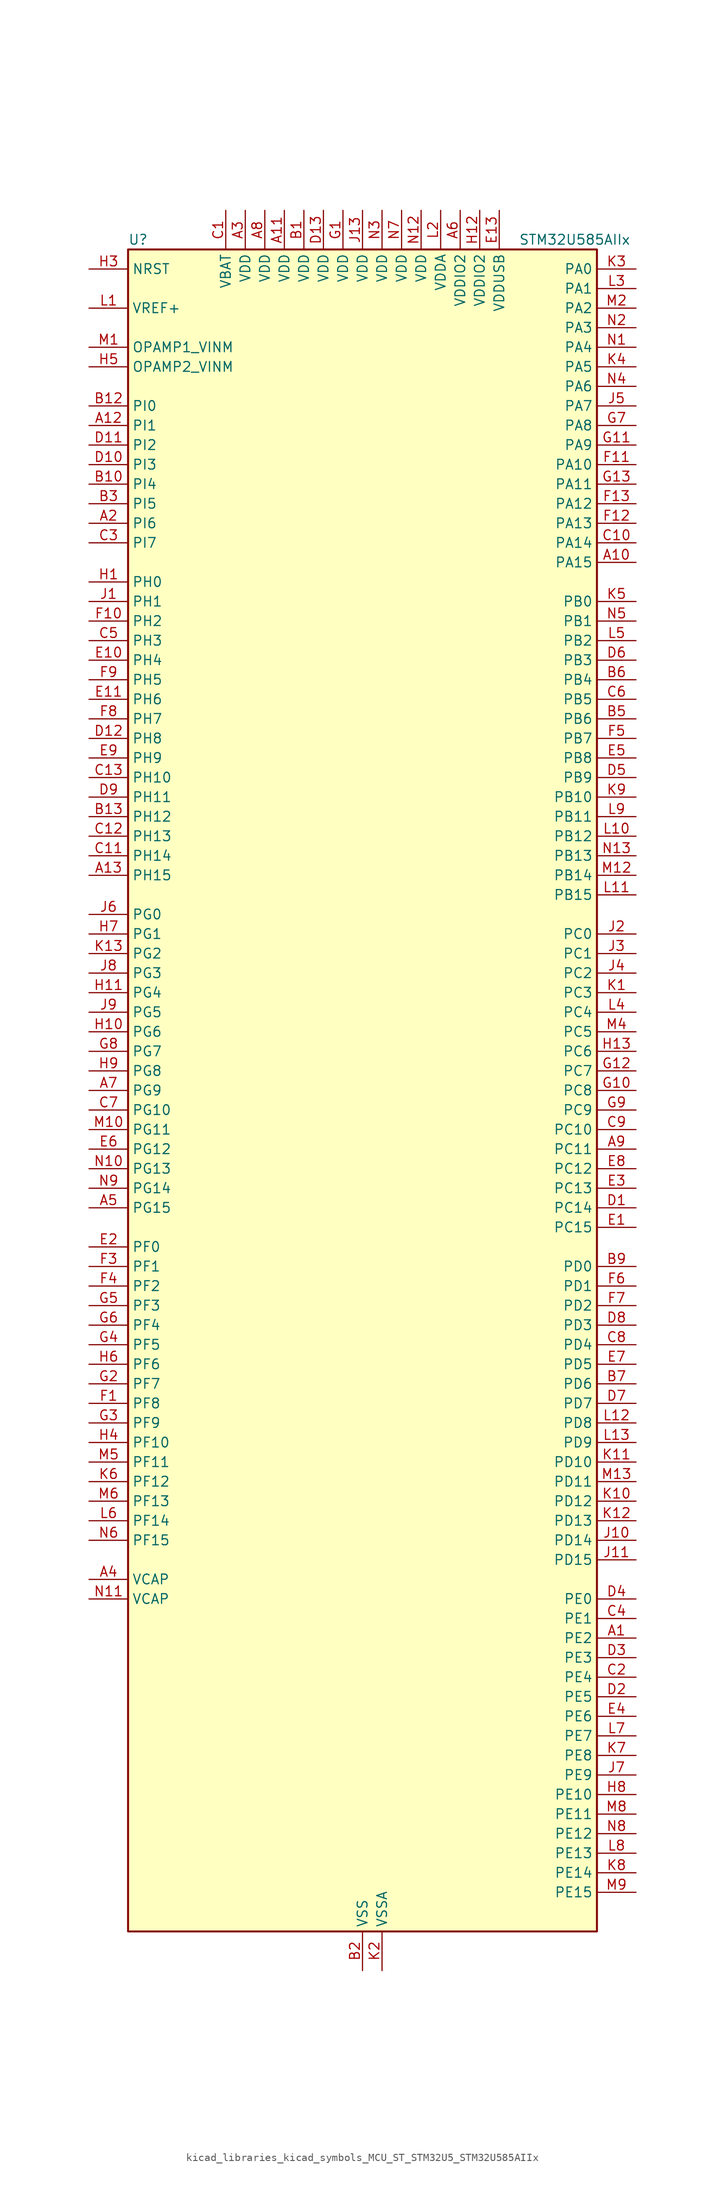
<source format=kicad_sym>
(kicad_symbol_lib
  (version 20220914)
  (generator kicad_symbol_editor)
  (symbol "kicad_libraries_kicad_symbols_MCU_ST_STM32U5_STM32U585AIIx"
    (property "Reference" "U"
      (at -30.48 110.49 0)
      (effects (font (size 1.27 1.27)) (justify left)))
    (property "Value" "STM32U585AIIx"
      (at 20.32 110.49 0)
      (effects (font (size 1.27 1.27)) (justify left)))
    (property "ki_locked" ""
      (at 0 0 0)
      (effects (font (size 1.27 1.27))))
    (symbol "kicad_libraries_kicad_symbols_MCU_ST_STM32U5_STM32U585AIIx_0_1"
      (rectangle (start -30.48 -109.22) (end 30.48 109.22) (stroke (width 0.254) (type default)) (fill (type background))))
    (symbol "kicad_libraries_kicad_symbols_MCU_ST_STM32U5_STM32U585AIIx_1_1"
      (pin bidirectional line (at 35.56 -71.12 180) (length 5.08) (name "PE2" (effects (font (size 1.27 1.27)))) (number "A1" (effects (font (size 1.27 1.27)))) (alternate "DEBUG_TRACECLK" bidirectional line) (alternate "FMC_A23" bidirectional line) (alternate "SAI1_CK1" bidirectional line) (alternate "SAI1_MCLK_A" bidirectional line) (alternate "TIM3_ETR" bidirectional line) (alternate "TSC_G7_IO1" bidirectional line))
      (pin bidirectional line (at 35.56 68.58 180) (length 5.08) (name "PA15" (effects (font (size 1.27 1.27)))) (number "A10" (effects (font (size 1.27 1.27)))) (alternate "ADC1_EXTI15" bidirectional line) (alternate "ADC4_EXTI15" bidirectional line) (alternate "DEBUG_JTDI" bidirectional line) (alternate "SAI2_FS_B" bidirectional line) (alternate "SPI1_NSS" bidirectional line) (alternate "SPI3_NSS" bidirectional line) (alternate "TIM2_CH1" bidirectional line) (alternate "TIM2_ETR" bidirectional line) (alternate "UART4_DE" bidirectional line) (alternate "UART4_RTS" bidirectional line) (alternate "UCPD1_CC1" bidirectional line) (alternate "USART2_RX" bidirectional line) (alternate "USART3_DE" bidirectional line) (alternate "USART3_RTS" bidirectional line))
      (pin power_in line (at -10.16 114.3 270) (length 5.08) (name "VDD" (effects (font (size 1.27 1.27)))) (number "A11" (effects (font (size 1.27 1.27)))))
      (pin bidirectional line (at -35.56 86.36 0) (length 5.08) (name "PI1" (effects (font (size 1.27 1.27)))) (number "A12" (effects (font (size 1.27 1.27)))) (alternate "DCMI_D8" bidirectional line) (alternate "OCTOSPIM_P2_IO2" bidirectional line) (alternate "PSSI_D8" bidirectional line) (alternate "SPI2_SCK" bidirectional line))
      (pin bidirectional line (at -35.56 27.94 0) (length 5.08) (name "PH15" (effects (font (size 1.27 1.27)))) (number "A13" (effects (font (size 1.27 1.27)))) (alternate "ADC1_EXTI15" bidirectional line) (alternate "ADC4_EXTI15" bidirectional line) (alternate "DCMI_D11" bidirectional line) (alternate "OCTOSPIM_P2_IO6" bidirectional line) (alternate "PSSI_D11" bidirectional line) (alternate "TIM8_CH3N" bidirectional line))
      (pin bidirectional line (at -35.56 73.66 0) (length 5.08) (name "PI6" (effects (font (size 1.27 1.27)))) (number "A2" (effects (font (size 1.27 1.27)))) (alternate "DCMI_D6" bidirectional line) (alternate "OCTOSPIM_P2_CLK" bidirectional line) (alternate "PSSI_D6" bidirectional line) (alternate "TIM8_CH2" bidirectional line))
      (pin power_in line (at -15.24 114.3 270) (length 5.08) (name "VDD" (effects (font (size 1.27 1.27)))) (number "A3" (effects (font (size 1.27 1.27)))))
      (pin power_out line (at -35.56 -63.5 0) (length 5.08) (name "VCAP" (effects (font (size 1.27 1.27)))) (number "A4" (effects (font (size 1.27 1.27)))))
      (pin bidirectional line (at -35.56 -15.24 0) (length 5.08) (name "PG15" (effects (font (size 1.27 1.27)))) (number "A5" (effects (font (size 1.27 1.27)))) (alternate "ADC1_EXTI15" bidirectional line) (alternate "ADC4_EXTI15" bidirectional line) (alternate "DCMI_D13" bidirectional line) (alternate "I2C1_SMBA" bidirectional line) (alternate "LPTIM1_CH1" bidirectional line) (alternate "OCTOSPIM_P2_DQS" bidirectional line) (alternate "PSSI_D13" bidirectional line))
      (pin power_in line (at 12.7 114.3 270) (length 5.08) (name "VDDIO2" (effects (font (size 1.27 1.27)))) (number "A6" (effects (font (size 1.27 1.27)))))
      (pin bidirectional line (at -35.56 0 0) (length 5.08) (name "PG9" (effects (font (size 1.27 1.27)))) (number "A7" (effects (font (size 1.27 1.27)))) (alternate "DAC1_EXTI9" bidirectional line) (alternate "FMC_NCE" bidirectional line) (alternate "FMC_NE2" bidirectional line) (alternate "OCTOSPIM_P2_IO6" bidirectional line) (alternate "SAI2_SCK_A" bidirectional line) (alternate "SPI3_SCK" bidirectional line) (alternate "TIM15_CH1N" bidirectional line) (alternate "USART1_TX" bidirectional line))
      (pin power_in line (at -12.7 114.3 270) (length 5.08) (name "VDD" (effects (font (size 1.27 1.27)))) (number "A8" (effects (font (size 1.27 1.27)))))
      (pin bidirectional line (at 35.56 -7.62 180) (length 5.08) (name "PC11" (effects (font (size 1.27 1.27)))) (number "A9" (effects (font (size 1.27 1.27)))) (alternate "ADC1_EXTI11" bidirectional line) (alternate "ADF1_SDI0" bidirectional line) (alternate "DCMI_D2" bidirectional line) (alternate "DCMI_D4" bidirectional line) (alternate "LPTIM3_IN1" bidirectional line) (alternate "OCTOSPIM_P1_NCS" bidirectional line) (alternate "PSSI_D2" bidirectional line) (alternate "PSSI_D4" bidirectional line) (alternate "SAI2_MCLK_B" bidirectional line) (alternate "SDMMC1_D3" bidirectional line) (alternate "SPI3_MISO" bidirectional line) (alternate "TSC_G3_IO3" bidirectional line) (alternate "UART4_RX" bidirectional line) (alternate "UCPD1_FRSTX2" bidirectional line) (alternate "USART3_RX" bidirectional line))
      (pin power_in line (at -7.62 114.3 270) (length 5.08) (name "VDD" (effects (font (size 1.27 1.27)))) (number "B1" (effects (font (size 1.27 1.27)))))
      (pin bidirectional line (at -35.56 78.74 0) (length 5.08) (name "PI4" (effects (font (size 1.27 1.27)))) (number "B10" (effects (font (size 1.27 1.27)))) (alternate "DCMI_D5" bidirectional line) (alternate "PSSI_D5" bidirectional line) (alternate "SPI2_RDY" bidirectional line) (alternate "TIM8_BKIN" bidirectional line))
      (pin passive line (at 0 -114.3 90) (length 5.08) hide (name "VSS" (effects (font (size 1.27 1.27)))) (number "B11" (effects (font (size 1.27 1.27)))))
      (pin bidirectional line (at -35.56 88.9 0) (length 5.08) (name "PI0" (effects (font (size 1.27 1.27)))) (number "B12" (effects (font (size 1.27 1.27)))) (alternate "DCMI_D13" bidirectional line) (alternate "OCTOSPIM_P1_IO5" bidirectional line) (alternate "PSSI_D13" bidirectional line) (alternate "SPI2_NSS" bidirectional line) (alternate "TIM5_CH4" bidirectional line))
      (pin bidirectional line (at -35.56 35.56 0) (length 5.08) (name "PH12" (effects (font (size 1.27 1.27)))) (number "B13" (effects (font (size 1.27 1.27)))) (alternate "DCMI_D3" bidirectional line) (alternate "OCTOSPIM_P2_IO7" bidirectional line) (alternate "PSSI_D3" bidirectional line) (alternate "TIM5_CH3" bidirectional line) (alternate "TIM8_CH4N" bidirectional line))
      (pin power_in line (at 0 -114.3 90) (length 5.08) (name "VSS" (effects (font (size 1.27 1.27)))) (number "B2" (effects (font (size 1.27 1.27)))))
      (pin bidirectional line (at -35.56 76.2 0) (length 5.08) (name "PI5" (effects (font (size 1.27 1.27)))) (number "B3" (effects (font (size 1.27 1.27)))) (alternate "DCMI_VSYNC" bidirectional line) (alternate "OCTOSPIM_P2_NCS" bidirectional line) (alternate "PSSI_RDY" bidirectional line) (alternate "TIM8_CH1" bidirectional line))
      (pin passive line (at 0 -114.3 90) (length 5.08) hide (name "VSS" (effects (font (size 1.27 1.27)))) (number "B4" (effects (font (size 1.27 1.27)))))
      (pin bidirectional line (at 35.56 48.26 180) (length 5.08) (name "PB6" (effects (font (size 1.27 1.27)))) (number "B5" (effects (font (size 1.27 1.27)))) (alternate "COMP2_INP" bidirectional line) (alternate "DCMI_D5" bidirectional line) (alternate "I2C1_SCL" bidirectional line) (alternate "I2C4_SCL" bidirectional line) (alternate "LPTIM1_ETR" bidirectional line) (alternate "MDF1_SDI5" bidirectional line) (alternate "PSSI_D5" bidirectional line) (alternate "PWR_WKUP3" bidirectional line) (alternate "SAI1_FS_B" bidirectional line) (alternate "TIM16_CH1N" bidirectional line) (alternate "TIM4_CH1" bidirectional line) (alternate "TIM8_BKIN2" bidirectional line) (alternate "TSC_G2_IO3" bidirectional line) (alternate "USART1_TX" bidirectional line))
      (pin bidirectional line (at 35.56 53.34 180) (length 5.08) (name "PB4" (effects (font (size 1.27 1.27)))) (number "B6" (effects (font (size 1.27 1.27)))) (alternate "ADF1_SDI0" bidirectional line) (alternate "COMP2_INP" bidirectional line) (alternate "DCMI_D12" bidirectional line) (alternate "DEBUG_JTRST" bidirectional line) (alternate "I2C3_SDA" bidirectional line) (alternate "LPTIM1_CH2" bidirectional line) (alternate "PSSI_D12" bidirectional line) (alternate "SAI1_MCLK_B" bidirectional line) (alternate "SDMMC2_D3" bidirectional line) (alternate "SPI1_MISO" bidirectional line) (alternate "SPI3_MISO" bidirectional line) (alternate "TIM17_BKIN" bidirectional line) (alternate "TIM3_CH1" bidirectional line) (alternate "TSC_G2_IO1" bidirectional line) (alternate "UART5_DE" bidirectional line) (alternate "UART5_RTS" bidirectional line) (alternate "USART1_CTS" bidirectional line))
      (pin bidirectional line (at 35.56 -38.1 180) (length 5.08) (name "PD6" (effects (font (size 1.27 1.27)))) (number "B7" (effects (font (size 1.27 1.27)))) (alternate "DCMI_D10" bidirectional line) (alternate "FMC_NWAIT" bidirectional line) (alternate "MDF1_SDI1" bidirectional line) (alternate "OCTOSPIM_P1_IO6" bidirectional line) (alternate "PSSI_D10" bidirectional line) (alternate "SAI1_D1" bidirectional line) (alternate "SAI1_SD_A" bidirectional line) (alternate "SDMMC2_CK" bidirectional line) (alternate "SPI3_MOSI" bidirectional line) (alternate "USART2_RX" bidirectional line))
      (pin passive line (at 0 -114.3 90) (length 5.08) hide (name "VSS" (effects (font (size 1.27 1.27)))) (number "B8" (effects (font (size 1.27 1.27)))))
      (pin bidirectional line (at 35.56 -22.86 180) (length 5.08) (name "PD0" (effects (font (size 1.27 1.27)))) (number "B9" (effects (font (size 1.27 1.27)))) (alternate "FDCAN1_RX" bidirectional line) (alternate "FMC_D2" bidirectional line) (alternate "FMC_DA2" bidirectional line) (alternate "SPI2_NSS" bidirectional line) (alternate "TIM8_CH4N" bidirectional line))
      (pin power_in line (at -17.78 114.3 270) (length 5.08) (name "VBAT" (effects (font (size 1.27 1.27)))) (number "C1" (effects (font (size 1.27 1.27)))))
      (pin bidirectional line (at 35.56 71.12 180) (length 5.08) (name "PA14" (effects (font (size 1.27 1.27)))) (number "C10" (effects (font (size 1.27 1.27)))) (alternate "DEBUG_JTCK-SWCLK" bidirectional line) (alternate "I2C1_SMBA" bidirectional line) (alternate "I2C4_SMBA" bidirectional line) (alternate "LPTIM1_CH1" bidirectional line) (alternate "SAI1_FS_B" bidirectional line) (alternate "USB_OTG_FS_SOF" bidirectional line))
      (pin bidirectional line (at -35.56 30.48 0) (length 5.08) (name "PH14" (effects (font (size 1.27 1.27)))) (number "C11" (effects (font (size 1.27 1.27)))) (alternate "DCMI_D4" bidirectional line) (alternate "FDCAN1_RX" bidirectional line) (alternate "PSSI_D4" bidirectional line) (alternate "TIM8_CH2N" bidirectional line))
      (pin bidirectional line (at -35.56 33.02 0) (length 5.08) (name "PH13" (effects (font (size 1.27 1.27)))) (number "C12" (effects (font (size 1.27 1.27)))) (alternate "FDCAN1_TX" bidirectional line) (alternate "TIM8_CH1N" bidirectional line))
      (pin bidirectional line (at -35.56 40.64 0) (length 5.08) (name "PH10" (effects (font (size 1.27 1.27)))) (number "C13" (effects (font (size 1.27 1.27)))) (alternate "DCMI_D1" bidirectional line) (alternate "OCTOSPIM_P2_IO5" bidirectional line) (alternate "PSSI_D1" bidirectional line) (alternate "TIM5_CH1" bidirectional line))
      (pin bidirectional line (at 35.56 -76.2 180) (length 5.08) (name "PE4" (effects (font (size 1.27 1.27)))) (number "C2" (effects (font (size 1.27 1.27)))) (alternate "DCMI_D4" bidirectional line) (alternate "DEBUG_TRACED1" bidirectional line) (alternate "FMC_A20" bidirectional line) (alternate "MDF1_SDI3" bidirectional line) (alternate "PSSI_D4" bidirectional line) (alternate "PWR_WKUP1" bidirectional line) (alternate "SAI1_D2" bidirectional line) (alternate "SAI1_FS_A" bidirectional line) (alternate "TAMP_IN7" bidirectional line) (alternate "TAMP_OUT8" bidirectional line) (alternate "TIM3_CH2" bidirectional line) (alternate "TSC_G7_IO3" bidirectional line))
      (pin bidirectional line (at -35.56 71.12 0) (length 5.08) (name "PI7" (effects (font (size 1.27 1.27)))) (number "C3" (effects (font (size 1.27 1.27)))) (alternate "DCMI_D7" bidirectional line) (alternate "OCTOSPIM_P2_NCLK" bidirectional line) (alternate "PSSI_D7" bidirectional line) (alternate "TIM8_CH3" bidirectional line))
      (pin bidirectional line (at 35.56 -68.58 180) (length 5.08) (name "PE1" (effects (font (size 1.27 1.27)))) (number "C4" (effects (font (size 1.27 1.27)))) (alternate "DCMI_D3" bidirectional line) (alternate "FMC_NBL1" bidirectional line) (alternate "PSSI_D3" bidirectional line) (alternate "TIM17_CH1" bidirectional line))
      (pin bidirectional line (at -35.56 58.42 0) (length 5.08) (name "PH3" (effects (font (size 1.27 1.27)))) (number "C5" (effects (font (size 1.27 1.27)))))
      (pin bidirectional line (at 35.56 50.8 180) (length 5.08) (name "PB5" (effects (font (size 1.27 1.27)))) (number "C6" (effects (font (size 1.27 1.27)))) (alternate "COMP2_OUT" bidirectional line) (alternate "DCMI_D10" bidirectional line) (alternate "I2C1_SMBA" bidirectional line) (alternate "LPTIM1_IN1" bidirectional line) (alternate "OCTOSPIM_P1_NCLK" bidirectional line) (alternate "PSSI_D10" bidirectional line) (alternate "PWR_WKUP6" bidirectional line) (alternate "SAI1_SD_B" bidirectional line) (alternate "SPI1_MOSI" bidirectional line) (alternate "SPI3_MOSI" bidirectional line) (alternate "TIM16_BKIN" bidirectional line) (alternate "TIM3_CH2" bidirectional line) (alternate "TSC_G2_IO2" bidirectional line) (alternate "UART5_CTS" bidirectional line) (alternate "UCPD1_DBCC1" bidirectional line) (alternate "USART1_CK" bidirectional line))
      (pin bidirectional line (at -35.56 -2.54 0) (length 5.08) (name "PG10" (effects (font (size 1.27 1.27)))) (number "C7" (effects (font (size 1.27 1.27)))) (alternate "FMC_NE3" bidirectional line) (alternate "LPTIM1_IN1" bidirectional line) (alternate "OCTOSPIM_P2_IO7" bidirectional line) (alternate "SAI2_FS_A" bidirectional line) (alternate "SPI3_MISO" bidirectional line) (alternate "TIM15_CH1" bidirectional line) (alternate "USART1_RX" bidirectional line))
      (pin bidirectional line (at 35.56 -33.02 180) (length 5.08) (name "PD4" (effects (font (size 1.27 1.27)))) (number "C8" (effects (font (size 1.27 1.27)))) (alternate "FMC_NOE" bidirectional line) (alternate "MDF1_CKI0" bidirectional line) (alternate "OCTOSPIM_P1_IO4" bidirectional line) (alternate "SPI2_MOSI" bidirectional line) (alternate "USART2_DE" bidirectional line) (alternate "USART2_RTS" bidirectional line))
      (pin bidirectional line (at 35.56 -5.08 180) (length 5.08) (name "PC10" (effects (font (size 1.27 1.27)))) (number "C9" (effects (font (size 1.27 1.27)))) (alternate "ADF1_CCK1" bidirectional line) (alternate "DCMI_D8" bidirectional line) (alternate "DEBUG_TRACED1" bidirectional line) (alternate "LPTIM3_ETR" bidirectional line) (alternate "PSSI_D8" bidirectional line) (alternate "SAI2_SCK_B" bidirectional line) (alternate "SDMMC1_D2" bidirectional line) (alternate "SPI3_SCK" bidirectional line) (alternate "TSC_G3_IO2" bidirectional line) (alternate "UART4_TX" bidirectional line) (alternate "USART3_TX" bidirectional line))
      (pin bidirectional line (at 35.56 -15.24 180) (length 5.08) (name "PC14" (effects (font (size 1.27 1.27)))) (number "D1" (effects (font (size 1.27 1.27)))) (alternate "RCC_OSC32_IN" bidirectional line))
      (pin bidirectional line (at -35.56 81.28 0) (length 5.08) (name "PI3" (effects (font (size 1.27 1.27)))) (number "D10" (effects (font (size 1.27 1.27)))) (alternate "DCMI_D10" bidirectional line) (alternate "OCTOSPIM_P2_IO0" bidirectional line) (alternate "PSSI_D10" bidirectional line) (alternate "SPI2_MOSI" bidirectional line) (alternate "TIM8_ETR" bidirectional line))
      (pin bidirectional line (at -35.56 83.82 0) (length 5.08) (name "PI2" (effects (font (size 1.27 1.27)))) (number "D11" (effects (font (size 1.27 1.27)))) (alternate "DCMI_D9" bidirectional line) (alternate "OCTOSPIM_P2_IO1" bidirectional line) (alternate "PSSI_D9" bidirectional line) (alternate "SPI2_MISO" bidirectional line) (alternate "TIM8_CH4" bidirectional line))
      (pin bidirectional line (at -35.56 45.72 0) (length 5.08) (name "PH8" (effects (font (size 1.27 1.27)))) (number "D12" (effects (font (size 1.27 1.27)))) (alternate "DCMI_HSYNC" bidirectional line) (alternate "I2C3_SDA" bidirectional line) (alternate "OCTOSPIM_P2_IO3" bidirectional line) (alternate "PSSI_DE" bidirectional line))
      (pin power_in line (at -5.08 114.3 270) (length 5.08) (name "VDD" (effects (font (size 1.27 1.27)))) (number "D13" (effects (font (size 1.27 1.27)))))
      (pin bidirectional line (at 35.56 -78.74 180) (length 5.08) (name "PE5" (effects (font (size 1.27 1.27)))) (number "D2" (effects (font (size 1.27 1.27)))) (alternate "DCMI_D6" bidirectional line) (alternate "DEBUG_TRACED2" bidirectional line) (alternate "FMC_A21" bidirectional line) (alternate "MDF1_CKI3" bidirectional line) (alternate "PSSI_D6" bidirectional line) (alternate "PWR_WKUP2" bidirectional line) (alternate "SAI1_CK2" bidirectional line) (alternate "SAI1_SCK_A" bidirectional line) (alternate "TAMP_IN8" bidirectional line) (alternate "TAMP_OUT7" bidirectional line) (alternate "TIM3_CH3" bidirectional line) (alternate "TSC_G7_IO4" bidirectional line))
      (pin bidirectional line (at 35.56 -73.66 180) (length 5.08) (name "PE3" (effects (font (size 1.27 1.27)))) (number "D3" (effects (font (size 1.27 1.27)))) (alternate "DEBUG_TRACED0" bidirectional line) (alternate "FMC_A19" bidirectional line) (alternate "OCTOSPIM_P1_DQS" bidirectional line) (alternate "SAI1_SD_B" bidirectional line) (alternate "TAMP_IN6" bidirectional line) (alternate "TAMP_OUT3" bidirectional line) (alternate "TIM3_CH1" bidirectional line) (alternate "TSC_G7_IO2" bidirectional line))
      (pin bidirectional line (at 35.56 -66.04 180) (length 5.08) (name "PE0" (effects (font (size 1.27 1.27)))) (number "D4" (effects (font (size 1.27 1.27)))) (alternate "DCMI_D2" bidirectional line) (alternate "FMC_NBL0" bidirectional line) (alternate "PSSI_D2" bidirectional line) (alternate "TIM16_CH1" bidirectional line) (alternate "TIM4_ETR" bidirectional line))
      (pin bidirectional line (at 35.56 40.64 180) (length 5.08) (name "PB9" (effects (font (size 1.27 1.27)))) (number "D5" (effects (font (size 1.27 1.27)))) (alternate "DAC1_EXTI9" bidirectional line) (alternate "DCMI_D7" bidirectional line) (alternate "FDCAN1_TX" bidirectional line) (alternate "I2C1_SDA" bidirectional line) (alternate "IR_OUT" bidirectional line) (alternate "PSSI_D7" bidirectional line) (alternate "SAI1_D2" bidirectional line) (alternate "SAI1_FS_A" bidirectional line) (alternate "SDMMC1_CDIR" bidirectional line) (alternate "SDMMC1_D5" bidirectional line) (alternate "SDMMC2_D5" bidirectional line) (alternate "SPI2_NSS" bidirectional line) (alternate "TIM17_CH1" bidirectional line) (alternate "TIM4_CH4" bidirectional line))
      (pin bidirectional line (at 35.56 55.88 180) (length 5.08) (name "PB3" (effects (font (size 1.27 1.27)))) (number "D6" (effects (font (size 1.27 1.27)))) (alternate "ADF1_CCK0" bidirectional line) (alternate "COMP2_INM" bidirectional line) (alternate "CRS_SYNC" bidirectional line) (alternate "DEBUG_JTDO-SWO" bidirectional line) (alternate "I2C1_SDA" bidirectional line) (alternate "LPTIM1_CH1" bidirectional line) (alternate "SAI1_SCK_B" bidirectional line) (alternate "SDMMC2_D2" bidirectional line) (alternate "SPI1_SCK" bidirectional line) (alternate "SPI3_SCK" bidirectional line) (alternate "TIM2_CH2" bidirectional line) (alternate "USART1_DE" bidirectional line) (alternate "USART1_RTS" bidirectional line))
      (pin bidirectional line (at 35.56 -40.64 180) (length 5.08) (name "PD7" (effects (font (size 1.27 1.27)))) (number "D7" (effects (font (size 1.27 1.27)))) (alternate "FMC_NCE" bidirectional line) (alternate "FMC_NE1" bidirectional line) (alternate "LPTIM4_OUT" bidirectional line) (alternate "MDF1_CKI1" bidirectional line) (alternate "OCTOSPIM_P1_IO7" bidirectional line) (alternate "SDMMC2_CMD" bidirectional line) (alternate "USART2_CK" bidirectional line))
      (pin bidirectional line (at 35.56 -30.48 180) (length 5.08) (name "PD3" (effects (font (size 1.27 1.27)))) (number "D8" (effects (font (size 1.27 1.27)))) (alternate "DCMI_D5" bidirectional line) (alternate "FMC_CLK" bidirectional line) (alternate "MDF1_SDI0" bidirectional line) (alternate "OCTOSPIM_P2_NCS" bidirectional line) (alternate "PSSI_D5" bidirectional line) (alternate "SPI2_MISO" bidirectional line) (alternate "SPI2_SCK" bidirectional line) (alternate "USART2_CTS" bidirectional line))
      (pin bidirectional line (at -35.56 38.1 0) (length 5.08) (name "PH11" (effects (font (size 1.27 1.27)))) (number "D9" (effects (font (size 1.27 1.27)))) (alternate "ADC1_EXTI11" bidirectional line) (alternate "DCMI_D2" bidirectional line) (alternate "OCTOSPIM_P2_IO6" bidirectional line) (alternate "PSSI_D2" bidirectional line) (alternate "TIM5_CH2" bidirectional line))
      (pin bidirectional line (at 35.56 -17.78 180) (length 5.08) (name "PC15" (effects (font (size 1.27 1.27)))) (number "E1" (effects (font (size 1.27 1.27)))) (alternate "ADC1_EXTI15" bidirectional line) (alternate "ADC4_EXTI15" bidirectional line) (alternate "RCC_OSC32_OUT" bidirectional line))
      (pin bidirectional line (at -35.56 55.88 0) (length 5.08) (name "PH4" (effects (font (size 1.27 1.27)))) (number "E10" (effects (font (size 1.27 1.27)))) (alternate "I2C2_SCL" bidirectional line) (alternate "OCTOSPIM_P2_DQS" bidirectional line) (alternate "PSSI_D14" bidirectional line))
      (pin bidirectional line (at -35.56 50.8 0) (length 5.08) (name "PH6" (effects (font (size 1.27 1.27)))) (number "E11" (effects (font (size 1.27 1.27)))) (alternate "DCMI_D8" bidirectional line) (alternate "I2C2_SMBA" bidirectional line) (alternate "OCTOSPIM_P2_CLK" bidirectional line) (alternate "PSSI_D8" bidirectional line))
      (pin passive line (at 0 -114.3 90) (length 5.08) hide (name "VSS" (effects (font (size 1.27 1.27)))) (number "E12" (effects (font (size 1.27 1.27)))))
      (pin power_in line (at 17.78 114.3 270) (length 5.08) (name "VDDUSB" (effects (font (size 1.27 1.27)))) (number "E13" (effects (font (size 1.27 1.27)))))
      (pin bidirectional line (at -35.56 -20.32 0) (length 5.08) (name "PF0" (effects (font (size 1.27 1.27)))) (number "E2" (effects (font (size 1.27 1.27)))) (alternate "FMC_A0" bidirectional line) (alternate "I2C2_SDA" bidirectional line) (alternate "OCTOSPIM_P2_IO0" bidirectional line))
      (pin bidirectional line (at 35.56 -12.7 180) (length 5.08) (name "PC13" (effects (font (size 1.27 1.27)))) (number "E3" (effects (font (size 1.27 1.27)))) (alternate "PWR_WKUP2" bidirectional line) (alternate "RTC_OUT1" bidirectional line) (alternate "RTC_TS" bidirectional line) (alternate "TAMP_IN1" bidirectional line) (alternate "TAMP_OUT2" bidirectional line))
      (pin bidirectional line (at 35.56 -81.28 180) (length 5.08) (name "PE6" (effects (font (size 1.27 1.27)))) (number "E4" (effects (font (size 1.27 1.27)))) (alternate "DCMI_D7" bidirectional line) (alternate "DEBUG_TRACED3" bidirectional line) (alternate "FMC_A22" bidirectional line) (alternate "PSSI_D7" bidirectional line) (alternate "PWR_WKUP3" bidirectional line) (alternate "SAI1_D1" bidirectional line) (alternate "SAI1_SD_A" bidirectional line) (alternate "TAMP_IN3" bidirectional line) (alternate "TAMP_OUT6" bidirectional line) (alternate "TIM3_CH4" bidirectional line))
      (pin bidirectional line (at 35.56 43.18 180) (length 5.08) (name "PB8" (effects (font (size 1.27 1.27)))) (number "E5" (effects (font (size 1.27 1.27)))) (alternate "DCMI_D6" bidirectional line) (alternate "FDCAN1_RX" bidirectional line) (alternate "I2C1_SCL" bidirectional line) (alternate "MDF1_CCK0" bidirectional line) (alternate "PSSI_D6" bidirectional line) (alternate "PWR_WKUP5" bidirectional line) (alternate "SAI1_CK1" bidirectional line) (alternate "SAI1_MCLK_A" bidirectional line) (alternate "SDMMC1_CKIN" bidirectional line) (alternate "SDMMC1_D4" bidirectional line) (alternate "SDMMC2_D4" bidirectional line) (alternate "SPI3_RDY" bidirectional line) (alternate "TIM16_CH1" bidirectional line) (alternate "TIM4_CH3" bidirectional line))
      (pin bidirectional line (at -35.56 -7.62 0) (length 5.08) (name "PG12" (effects (font (size 1.27 1.27)))) (number "E6" (effects (font (size 1.27 1.27)))) (alternate "FMC_NE4" bidirectional line) (alternate "LPTIM1_ETR" bidirectional line) (alternate "OCTOSPIM_P2_NCS" bidirectional line) (alternate "SAI2_SD_A" bidirectional line) (alternate "SPI3_NSS" bidirectional line) (alternate "USART1_DE" bidirectional line) (alternate "USART1_RTS" bidirectional line))
      (pin bidirectional line (at 35.56 -35.56 180) (length 5.08) (name "PD5" (effects (font (size 1.27 1.27)))) (number "E7" (effects (font (size 1.27 1.27)))) (alternate "FMC_NWE" bidirectional line) (alternate "OCTOSPIM_P1_IO5" bidirectional line) (alternate "SPI2_RDY" bidirectional line) (alternate "USART2_TX" bidirectional line))
      (pin bidirectional line (at 35.56 -10.16 180) (length 5.08) (name "PC12" (effects (font (size 1.27 1.27)))) (number "E8" (effects (font (size 1.27 1.27)))) (alternate "DCMI_D9" bidirectional line) (alternate "DEBUG_TRACED3" bidirectional line) (alternate "PSSI_D9" bidirectional line) (alternate "SAI2_SD_B" bidirectional line) (alternate "SDMMC1_CK" bidirectional line) (alternate "SPI3_MOSI" bidirectional line) (alternate "TSC_G3_IO4" bidirectional line) (alternate "UART5_TX" bidirectional line) (alternate "USART3_CK" bidirectional line))
      (pin bidirectional line (at -35.56 43.18 0) (length 5.08) (name "PH9" (effects (font (size 1.27 1.27)))) (number "E9" (effects (font (size 1.27 1.27)))) (alternate "DAC1_EXTI9" bidirectional line) (alternate "DCMI_D0" bidirectional line) (alternate "I2C3_SMBA" bidirectional line) (alternate "OCTOSPIM_P2_IO4" bidirectional line) (alternate "PSSI_D0" bidirectional line))
      (pin bidirectional line (at -35.56 -40.64 0) (length 5.08) (name "PF8" (effects (font (size 1.27 1.27)))) (number "F1" (effects (font (size 1.27 1.27)))) (alternate "FDCAN1_TX" bidirectional line) (alternate "OCTOSPIM_P1_IO0" bidirectional line) (alternate "PSSI_D14" bidirectional line) (alternate "SAI1_SCK_B" bidirectional line) (alternate "TIM5_CH3" bidirectional line))
      (pin bidirectional line (at -35.56 60.96 0) (length 5.08) (name "PH2" (effects (font (size 1.27 1.27)))) (number "F10" (effects (font (size 1.27 1.27)))) (alternate "OCTOSPIM_P1_IO4" bidirectional line))
      (pin bidirectional line (at 35.56 81.28 180) (length 5.08) (name "PA10" (effects (font (size 1.27 1.27)))) (number "F11" (effects (font (size 1.27 1.27)))) (alternate "CRS_SYNC" bidirectional line) (alternate "DCMI_D1" bidirectional line) (alternate "LPTIM2_IN2" bidirectional line) (alternate "PSSI_D1" bidirectional line) (alternate "SAI1_D1" bidirectional line) (alternate "SAI1_SD_A" bidirectional line) (alternate "TIM17_BKIN" bidirectional line) (alternate "TIM1_CH3" bidirectional line) (alternate "USART1_RX" bidirectional line) (alternate "USB_OTG_FS_ID" bidirectional line))
      (pin bidirectional line (at 35.56 73.66 180) (length 5.08) (name "PA13" (effects (font (size 1.27 1.27)))) (number "F12" (effects (font (size 1.27 1.27)))) (alternate "DEBUG_JTMS-SWDIO" bidirectional line) (alternate "IR_OUT" bidirectional line) (alternate "SAI1_SD_B" bidirectional line) (alternate "USB_OTG_FS_NOE" bidirectional line))
      (pin bidirectional line (at 35.56 76.2 180) (length 5.08) (name "PA12" (effects (font (size 1.27 1.27)))) (number "F13" (effects (font (size 1.27 1.27)))) (alternate "FDCAN1_TX" bidirectional line) (alternate "OCTOSPIM_P2_NCS" bidirectional line) (alternate "SPI1_MOSI" bidirectional line) (alternate "TIM1_ETR" bidirectional line) (alternate "USART1_DE" bidirectional line) (alternate "USART1_RTS" bidirectional line) (alternate "USB_OTG_FS_DP" bidirectional line))
      (pin passive line (at 0 -114.3 90) (length 5.08) hide (name "VSS" (effects (font (size 1.27 1.27)))) (number "F2" (effects (font (size 1.27 1.27)))))
      (pin bidirectional line (at -35.56 -22.86 0) (length 5.08) (name "PF1" (effects (font (size 1.27 1.27)))) (number "F3" (effects (font (size 1.27 1.27)))) (alternate "FMC_A1" bidirectional line) (alternate "I2C2_SCL" bidirectional line) (alternate "OCTOSPIM_P2_IO1" bidirectional line))
      (pin bidirectional line (at -35.56 -25.4 0) (length 5.08) (name "PF2" (effects (font (size 1.27 1.27)))) (number "F4" (effects (font (size 1.27 1.27)))) (alternate "FMC_A2" bidirectional line) (alternate "I2C2_SMBA" bidirectional line) (alternate "LPTIM3_CH2" bidirectional line) (alternate "OCTOSPIM_P2_IO2" bidirectional line) (alternate "PWR_WKUP8" bidirectional line))
      (pin bidirectional line (at 35.56 45.72 180) (length 5.08) (name "PB7" (effects (font (size 1.27 1.27)))) (number "F5" (effects (font (size 1.27 1.27)))) (alternate "COMP2_INM" bidirectional line) (alternate "DCMI_VSYNC" bidirectional line) (alternate "FMC_NL" bidirectional line) (alternate "I2C1_SDA" bidirectional line) (alternate "I2C4_SDA" bidirectional line) (alternate "LPTIM1_IN2" bidirectional line) (alternate "MDF1_CKI5" bidirectional line) (alternate "PSSI_RDY" bidirectional line) (alternate "PWR_PVD_IN" bidirectional line) (alternate "PWR_WKUP4" bidirectional line) (alternate "TIM17_CH1N" bidirectional line) (alternate "TIM4_CH2" bidirectional line) (alternate "TIM8_BKIN" bidirectional line) (alternate "TSC_G2_IO4" bidirectional line) (alternate "UART4_CTS" bidirectional line) (alternate "USART1_RX" bidirectional line))
      (pin bidirectional line (at 35.56 -25.4 180) (length 5.08) (name "PD1" (effects (font (size 1.27 1.27)))) (number "F6" (effects (font (size 1.27 1.27)))) (alternate "FDCAN1_TX" bidirectional line) (alternate "FMC_D3" bidirectional line) (alternate "FMC_DA3" bidirectional line) (alternate "SPI2_SCK" bidirectional line))
      (pin bidirectional line (at 35.56 -27.94 180) (length 5.08) (name "PD2" (effects (font (size 1.27 1.27)))) (number "F7" (effects (font (size 1.27 1.27)))) (alternate "DCMI_D11" bidirectional line) (alternate "DEBUG_TRACED2" bidirectional line) (alternate "LPTIM4_ETR" bidirectional line) (alternate "PSSI_D11" bidirectional line) (alternate "SDMMC1_CMD" bidirectional line) (alternate "TIM3_ETR" bidirectional line) (alternate "TSC_SYNC" bidirectional line) (alternate "UART5_RX" bidirectional line) (alternate "USART3_DE" bidirectional line) (alternate "USART3_RTS" bidirectional line))
      (pin bidirectional line (at -35.56 48.26 0) (length 5.08) (name "PH7" (effects (font (size 1.27 1.27)))) (number "F8" (effects (font (size 1.27 1.27)))) (alternate "DCMI_D9" bidirectional line) (alternate "I2C3_SCL" bidirectional line) (alternate "OCTOSPIM_P2_NCLK" bidirectional line) (alternate "PSSI_D9" bidirectional line))
      (pin bidirectional line (at -35.56 53.34 0) (length 5.08) (name "PH5" (effects (font (size 1.27 1.27)))) (number "F9" (effects (font (size 1.27 1.27)))) (alternate "DCMI_PIXCLK" bidirectional line) (alternate "I2C2_SDA" bidirectional line) (alternate "PSSI_PDCK" bidirectional line))
      (pin power_in line (at -2.54 114.3 270) (length 5.08) (name "VDD" (effects (font (size 1.27 1.27)))) (number "G1" (effects (font (size 1.27 1.27)))))
      (pin bidirectional line (at 35.56 0 180) (length 5.08) (name "PC8" (effects (font (size 1.27 1.27)))) (number "G10" (effects (font (size 1.27 1.27)))) (alternate "DCMI_D2" bidirectional line) (alternate "LPTIM3_CH1" bidirectional line) (alternate "PSSI_D2" bidirectional line) (alternate "PWR_SRDSTOP" bidirectional line) (alternate "SDMMC1_D0" bidirectional line) (alternate "TIM3_CH3" bidirectional line) (alternate "TIM8_CH3" bidirectional line) (alternate "TSC_G4_IO3" bidirectional line))
      (pin bidirectional line (at 35.56 83.82 180) (length 5.08) (name "PA9" (effects (font (size 1.27 1.27)))) (number "G11" (effects (font (size 1.27 1.27)))) (alternate "DAC1_EXTI9" bidirectional line) (alternate "DCMI_D0" bidirectional line) (alternate "PSSI_D0" bidirectional line) (alternate "SAI1_FS_A" bidirectional line) (alternate "SPI2_SCK" bidirectional line) (alternate "TIM15_BKIN" bidirectional line) (alternate "TIM1_CH2" bidirectional line) (alternate "USART1_TX" bidirectional line) (alternate "USB_OTG_FS_VBUS" bidirectional line))
      (pin bidirectional line (at 35.56 2.54 180) (length 5.08) (name "PC7" (effects (font (size 1.27 1.27)))) (number "G12" (effects (font (size 1.27 1.27)))) (alternate "DCMI_D1" bidirectional line) (alternate "LPTIM2_CH2" bidirectional line) (alternate "MDF1_SDI3" bidirectional line) (alternate "PSSI_D1" bidirectional line) (alternate "PWR_CDSTOP" bidirectional line) (alternate "SAI2_MCLK_B" bidirectional line) (alternate "SDMMC1_D123DIR" bidirectional line) (alternate "SDMMC1_D7" bidirectional line) (alternate "SDMMC2_D7" bidirectional line) (alternate "TIM3_CH2" bidirectional line) (alternate "TIM8_CH2" bidirectional line) (alternate "TSC_G4_IO2" bidirectional line))
      (pin bidirectional line (at 35.56 78.74 180) (length 5.08) (name "PA11" (effects (font (size 1.27 1.27)))) (number "G13" (effects (font (size 1.27 1.27)))) (alternate "ADC1_EXTI11" bidirectional line) (alternate "FDCAN1_RX" bidirectional line) (alternate "SPI1_MISO" bidirectional line) (alternate "TIM1_BKIN2" bidirectional line) (alternate "TIM1_CH4" bidirectional line) (alternate "USART1_CTS" bidirectional line) (alternate "USB_OTG_FS_DM" bidirectional line))
      (pin bidirectional line (at -35.56 -38.1 0) (length 5.08) (name "PF7" (effects (font (size 1.27 1.27)))) (number "G2" (effects (font (size 1.27 1.27)))) (alternate "FDCAN1_RX" bidirectional line) (alternate "OCTOSPIM_P1_IO2" bidirectional line) (alternate "SAI1_MCLK_B" bidirectional line) (alternate "TIM5_CH2" bidirectional line))
      (pin bidirectional line (at -35.56 -43.18 0) (length 5.08) (name "PF9" (effects (font (size 1.27 1.27)))) (number "G3" (effects (font (size 1.27 1.27)))) (alternate "DAC1_EXTI9" bidirectional line) (alternate "OCTOSPIM_P1_IO1" bidirectional line) (alternate "PSSI_D15" bidirectional line) (alternate "SAI1_FS_B" bidirectional line) (alternate "TIM15_CH1" bidirectional line) (alternate "TIM5_CH4" bidirectional line))
      (pin bidirectional line (at -35.56 -33.02 0) (length 5.08) (name "PF5" (effects (font (size 1.27 1.27)))) (number "G4" (effects (font (size 1.27 1.27)))) (alternate "FMC_A5" bidirectional line) (alternate "LPTIM3_CH1" bidirectional line) (alternate "OCTOSPIM_P2_NCLK" bidirectional line))
      (pin bidirectional line (at -35.56 -27.94 0) (length 5.08) (name "PF3" (effects (font (size 1.27 1.27)))) (number "G5" (effects (font (size 1.27 1.27)))) (alternate "FMC_A3" bidirectional line) (alternate "LPTIM3_IN1" bidirectional line) (alternate "OCTOSPIM_P2_IO3" bidirectional line))
      (pin bidirectional line (at -35.56 -30.48 0) (length 5.08) (name "PF4" (effects (font (size 1.27 1.27)))) (number "G6" (effects (font (size 1.27 1.27)))) (alternate "FMC_A4" bidirectional line) (alternate "LPTIM3_ETR" bidirectional line) (alternate "OCTOSPIM_P2_CLK" bidirectional line))
      (pin bidirectional line (at 35.56 86.36 180) (length 5.08) (name "PA8" (effects (font (size 1.27 1.27)))) (number "G7" (effects (font (size 1.27 1.27)))) (alternate "DEBUG_TRACECLK" bidirectional line) (alternate "LPTIM2_CH1" bidirectional line) (alternate "RCC_MCO" bidirectional line) (alternate "SAI1_CK2" bidirectional line) (alternate "SAI1_SCK_A" bidirectional line) (alternate "SPI1_RDY" bidirectional line) (alternate "TIM1_CH1" bidirectional line) (alternate "USART1_CK" bidirectional line) (alternate "USB_OTG_FS_SOF" bidirectional line))
      (pin bidirectional line (at -35.56 5.08 0) (length 5.08) (name "PG7" (effects (font (size 1.27 1.27)))) (number "G8" (effects (font (size 1.27 1.27)))) (alternate "FMC_INT" bidirectional line) (alternate "I2C3_SCL" bidirectional line) (alternate "LPUART1_TX" bidirectional line) (alternate "MDF1_CCK0" bidirectional line) (alternate "OCTOSPIM_P2_DQS" bidirectional line) (alternate "SAI1_CK1" bidirectional line) (alternate "SAI1_MCLK_A" bidirectional line) (alternate "UCPD1_FRSTX2" bidirectional line))
      (pin bidirectional line (at 35.56 -2.54 180) (length 5.08) (name "PC9" (effects (font (size 1.27 1.27)))) (number "G9" (effects (font (size 1.27 1.27)))) (alternate "DAC1_EXTI9" bidirectional line) (alternate "DCMI_D3" bidirectional line) (alternate "DEBUG_TRACED0" bidirectional line) (alternate "LPTIM3_CH2" bidirectional line) (alternate "PSSI_D3" bidirectional line) (alternate "SDMMC1_D1" bidirectional line) (alternate "TIM3_CH4" bidirectional line) (alternate "TIM8_BKIN2" bidirectional line) (alternate "TIM8_CH4" bidirectional line) (alternate "TSC_G4_IO4" bidirectional line) (alternate "USB_OTG_FS_NOE" bidirectional line))
      (pin bidirectional line (at -35.56 66.04 0) (length 5.08) (name "PH0" (effects (font (size 1.27 1.27)))) (number "H1" (effects (font (size 1.27 1.27)))) (alternate "RCC_OSC_IN" bidirectional line))
      (pin bidirectional line (at -35.56 7.62 0) (length 5.08) (name "PG6" (effects (font (size 1.27 1.27)))) (number "H10" (effects (font (size 1.27 1.27)))) (alternate "I2C3_SMBA" bidirectional line) (alternate "LPUART1_DE" bidirectional line) (alternate "LPUART1_RTS" bidirectional line) (alternate "OCTOSPIM_P1_DQS" bidirectional line) (alternate "SPI1_RDY" bidirectional line) (alternate "UCPD1_FRSTX1" bidirectional line))
      (pin bidirectional line (at -35.56 12.7 0) (length 5.08) (name "PG4" (effects (font (size 1.27 1.27)))) (number "H11" (effects (font (size 1.27 1.27)))) (alternate "FMC_A14" bidirectional line) (alternate "SAI2_MCLK_B" bidirectional line) (alternate "SPI1_MOSI" bidirectional line))
      (pin power_in line (at 15.24 114.3 270) (length 5.08) (name "VDDIO2" (effects (font (size 1.27 1.27)))) (number "H12" (effects (font (size 1.27 1.27)))))
      (pin bidirectional line (at 35.56 5.08 180) (length 5.08) (name "PC6" (effects (font (size 1.27 1.27)))) (number "H13" (effects (font (size 1.27 1.27)))) (alternate "DCMI_D0" bidirectional line) (alternate "MDF1_CKI3" bidirectional line) (alternate "PSSI_D0" bidirectional line) (alternate "PWR_CSLEEP" bidirectional line) (alternate "SAI2_MCLK_A" bidirectional line) (alternate "SDMMC1_D0DIR" bidirectional line) (alternate "SDMMC1_D6" bidirectional line) (alternate "SDMMC2_D6" bidirectional line) (alternate "TIM3_CH1" bidirectional line) (alternate "TIM8_CH1" bidirectional line) (alternate "TSC_G4_IO1" bidirectional line))
      (pin passive line (at 0 -114.3 90) (length 5.08) hide (name "VSS" (effects (font (size 1.27 1.27)))) (number "H2" (effects (font (size 1.27 1.27)))))
      (pin input line (at -35.56 106.68 0) (length 5.08) (name "NRST" (effects (font (size 1.27 1.27)))) (number "H3" (effects (font (size 1.27 1.27)))))
      (pin bidirectional line (at -35.56 -45.72 0) (length 5.08) (name "PF10" (effects (font (size 1.27 1.27)))) (number "H4" (effects (font (size 1.27 1.27)))) (alternate "DCMI_D11" bidirectional line) (alternate "MDF1_CCK1" bidirectional line) (alternate "OCTOSPIM_P1_CLK" bidirectional line) (alternate "PSSI_D11" bidirectional line) (alternate "PSSI_D15" bidirectional line) (alternate "SAI1_D3" bidirectional line) (alternate "TIM15_CH2" bidirectional line))
      (pin bidirectional line (at -35.56 93.98 0) (length 5.08) (name "OPAMP2_VINM" (effects (font (size 1.27 1.27)))) (number "H5" (effects (font (size 1.27 1.27)))) (alternate "OPAMP2_VINM" bidirectional line))
      (pin bidirectional line (at -35.56 -35.56 0) (length 5.08) (name "PF6" (effects (font (size 1.27 1.27)))) (number "H6" (effects (font (size 1.27 1.27)))) (alternate "DCMI_D12" bidirectional line) (alternate "OCTOSPIM_P1_IO3" bidirectional line) (alternate "OCTOSPIM_P2_NCS" bidirectional line) (alternate "PSSI_D12" bidirectional line) (alternate "SAI1_SD_B" bidirectional line) (alternate "TIM5_CH1" bidirectional line) (alternate "TIM5_ETR" bidirectional line))
      (pin bidirectional line (at -35.56 20.32 0) (length 5.08) (name "PG1" (effects (font (size 1.27 1.27)))) (number "H7" (effects (font (size 1.27 1.27)))) (alternate "ADC4_IN8" bidirectional line) (alternate "FMC_A11" bidirectional line) (alternate "OCTOSPIM_P2_IO5" bidirectional line) (alternate "TSC_G8_IO4" bidirectional line))
      (pin bidirectional line (at 35.56 -91.44 180) (length 5.08) (name "PE10" (effects (font (size 1.27 1.27)))) (number "H8" (effects (font (size 1.27 1.27)))) (alternate "ADF1_SDI0" bidirectional line) (alternate "FMC_D7" bidirectional line) (alternate "FMC_DA7" bidirectional line) (alternate "MDF1_SDI4" bidirectional line) (alternate "OCTOSPIM_P1_CLK" bidirectional line) (alternate "SAI1_MCLK_B" bidirectional line) (alternate "TIM1_CH2N" bidirectional line) (alternate "TSC_G5_IO1" bidirectional line))
      (pin bidirectional line (at -35.56 2.54 0) (length 5.08) (name "PG8" (effects (font (size 1.27 1.27)))) (number "H9" (effects (font (size 1.27 1.27)))) (alternate "I2C3_SDA" bidirectional line) (alternate "LPUART1_RX" bidirectional line))
      (pin bidirectional line (at -35.56 63.5 0) (length 5.08) (name "PH1" (effects (font (size 1.27 1.27)))) (number "J1" (effects (font (size 1.27 1.27)))) (alternate "RCC_OSC_OUT" bidirectional line))
      (pin bidirectional line (at 35.56 -58.42 180) (length 5.08) (name "PD14" (effects (font (size 1.27 1.27)))) (number "J10" (effects (font (size 1.27 1.27)))) (alternate "FMC_D0" bidirectional line) (alternate "FMC_DA0" bidirectional line) (alternate "LPTIM3_CH1" bidirectional line) (alternate "TIM4_CH3" bidirectional line))
      (pin bidirectional line (at 35.56 -60.96 180) (length 5.08) (name "PD15" (effects (font (size 1.27 1.27)))) (number "J11" (effects (font (size 1.27 1.27)))) (alternate "ADC1_EXTI15" bidirectional line) (alternate "ADC4_EXTI15" bidirectional line) (alternate "FMC_D1" bidirectional line) (alternate "FMC_DA1" bidirectional line) (alternate "LPTIM3_CH2" bidirectional line) (alternate "TIM4_CH4" bidirectional line))
      (pin passive line (at 0 -114.3 90) (length 5.08) hide (name "VSS" (effects (font (size 1.27 1.27)))) (number "J12" (effects (font (size 1.27 1.27)))))
      (pin power_in line (at 0 114.3 270) (length 5.08) (name "VDD" (effects (font (size 1.27 1.27)))) (number "J13" (effects (font (size 1.27 1.27)))))
      (pin bidirectional line (at 35.56 20.32 180) (length 5.08) (name "PC0" (effects (font (size 1.27 1.27)))) (number "J2" (effects (font (size 1.27 1.27)))) (alternate "ADC1_IN1" bidirectional line) (alternate "ADC4_IN1" bidirectional line) (alternate "I2C3_SCL" bidirectional line) (alternate "LPTIM1_IN1" bidirectional line) (alternate "LPTIM2_IN1" bidirectional line) (alternate "LPUART1_RX" bidirectional line) (alternate "MDF1_SDI4" bidirectional line) (alternate "OCTOSPIM_P1_IO7" bidirectional line) (alternate "SAI2_FS_A" bidirectional line) (alternate "SDMMC1_D5" bidirectional line) (alternate "SPI2_RDY" bidirectional line))
      (pin bidirectional line (at 35.56 17.78 180) (length 5.08) (name "PC1" (effects (font (size 1.27 1.27)))) (number "J3" (effects (font (size 1.27 1.27)))) (alternate "ADC1_IN2" bidirectional line) (alternate "ADC4_IN2" bidirectional line) (alternate "DEBUG_TRACED0" bidirectional line) (alternate "I2C3_SDA" bidirectional line) (alternate "LPTIM1_CH1" bidirectional line) (alternate "LPUART1_TX" bidirectional line) (alternate "MDF1_CKI4" bidirectional line) (alternate "OCTOSPIM_P1_IO4" bidirectional line) (alternate "SAI1_SD_A" bidirectional line) (alternate "SDMMC2_CK" bidirectional line) (alternate "SPI2_MOSI" bidirectional line))
      (pin bidirectional line (at 35.56 15.24 180) (length 5.08) (name "PC2" (effects (font (size 1.27 1.27)))) (number "J4" (effects (font (size 1.27 1.27)))) (alternate "ADC1_IN3" bidirectional line) (alternate "ADC4_IN3" bidirectional line) (alternate "LPTIM1_IN2" bidirectional line) (alternate "MDF1_CCK1" bidirectional line) (alternate "OCTOSPIM_P1_IO5" bidirectional line) (alternate "SPI2_MISO" bidirectional line))
      (pin bidirectional line (at 35.56 88.9 180) (length 5.08) (name "PA7" (effects (font (size 1.27 1.27)))) (number "J5" (effects (font (size 1.27 1.27)))) (alternate "ADC1_IN12" bidirectional line) (alternate "ADC4_IN20" bidirectional line) (alternate "I2C3_SCL" bidirectional line) (alternate "LPTIM2_CH2" bidirectional line) (alternate "OCTOSPIM_P1_IO2" bidirectional line) (alternate "OPAMP2_VINM" bidirectional line) (alternate "PWR_SRDSTOP" bidirectional line) (alternate "PWR_WKUP8" bidirectional line) (alternate "SPI1_MOSI" bidirectional line) (alternate "TIM17_CH1" bidirectional line) (alternate "TIM1_CH1N" bidirectional line) (alternate "TIM3_CH2" bidirectional line) (alternate "TIM8_CH1N" bidirectional line) (alternate "USART3_TX" bidirectional line))
      (pin bidirectional line (at -35.56 22.86 0) (length 5.08) (name "PG0" (effects (font (size 1.27 1.27)))) (number "J6" (effects (font (size 1.27 1.27)))) (alternate "ADC4_IN7" bidirectional line) (alternate "FMC_A10" bidirectional line) (alternate "OCTOSPIM_P2_IO4" bidirectional line) (alternate "TSC_G8_IO3" bidirectional line))
      (pin bidirectional line (at 35.56 -88.9 180) (length 5.08) (name "PE9" (effects (font (size 1.27 1.27)))) (number "J7" (effects (font (size 1.27 1.27)))) (alternate "ADF1_CCK0" bidirectional line) (alternate "DAC1_EXTI9" bidirectional line) (alternate "FMC_D6" bidirectional line) (alternate "FMC_DA6" bidirectional line) (alternate "MDF1_CCK0" bidirectional line) (alternate "OCTOSPIM_P1_NCLK" bidirectional line) (alternate "SAI1_FS_B" bidirectional line) (alternate "TIM1_CH1" bidirectional line))
      (pin bidirectional line (at -35.56 15.24 0) (length 5.08) (name "PG3" (effects (font (size 1.27 1.27)))) (number "J8" (effects (font (size 1.27 1.27)))) (alternate "FMC_A13" bidirectional line) (alternate "SAI2_FS_B" bidirectional line) (alternate "SPI1_MISO" bidirectional line))
      (pin bidirectional line (at -35.56 10.16 0) (length 5.08) (name "PG5" (effects (font (size 1.27 1.27)))) (number "J9" (effects (font (size 1.27 1.27)))) (alternate "FMC_A15" bidirectional line) (alternate "LPUART1_CTS" bidirectional line) (alternate "SAI2_SD_B" bidirectional line) (alternate "SPI1_NSS" bidirectional line))
      (pin bidirectional line (at 35.56 12.7 180) (length 5.08) (name "PC3" (effects (font (size 1.27 1.27)))) (number "K1" (effects (font (size 1.27 1.27)))) (alternate "ADC1_IN4" bidirectional line) (alternate "ADC4_IN4" bidirectional line) (alternate "LPTIM1_ETR" bidirectional line) (alternate "LPTIM2_ETR" bidirectional line) (alternate "LPTIM3_CH1" bidirectional line) (alternate "OCTOSPIM_P1_IO6" bidirectional line) (alternate "SAI1_D1" bidirectional line) (alternate "SAI1_SD_A" bidirectional line) (alternate "SPI2_MOSI" bidirectional line))
      (pin bidirectional line (at 35.56 -53.34 180) (length 5.08) (name "PD12" (effects (font (size 1.27 1.27)))) (number "K10" (effects (font (size 1.27 1.27)))) (alternate "ADC4_IN16" bidirectional line) (alternate "FMC_A17" bidirectional line) (alternate "FMC_ALE" bidirectional line) (alternate "I2C4_SCL" bidirectional line) (alternate "LPTIM2_IN1" bidirectional line) (alternate "SAI2_FS_A" bidirectional line) (alternate "TIM4_CH1" bidirectional line) (alternate "TSC_G6_IO3" bidirectional line) (alternate "USART3_DE" bidirectional line) (alternate "USART3_RTS" bidirectional line))
      (pin bidirectional line (at 35.56 -48.26 180) (length 5.08) (name "PD10" (effects (font (size 1.27 1.27)))) (number "K11" (effects (font (size 1.27 1.27)))) (alternate "FMC_D15" bidirectional line) (alternate "FMC_DA15" bidirectional line) (alternate "LPTIM2_CH2" bidirectional line) (alternate "LPTIM3_ETR" bidirectional line) (alternate "SAI2_SCK_A" bidirectional line) (alternate "TSC_G6_IO1" bidirectional line) (alternate "USART3_CK" bidirectional line))
      (pin bidirectional line (at 35.56 -55.88 180) (length 5.08) (name "PD13" (effects (font (size 1.27 1.27)))) (number "K12" (effects (font (size 1.27 1.27)))) (alternate "ADC4_IN17" bidirectional line) (alternate "FMC_A18" bidirectional line) (alternate "I2C4_SDA" bidirectional line) (alternate "LPTIM2_CH1" bidirectional line) (alternate "LPTIM4_IN1" bidirectional line) (alternate "TIM4_CH2" bidirectional line) (alternate "TSC_G6_IO4" bidirectional line))
      (pin bidirectional line (at -35.56 17.78 0) (length 5.08) (name "PG2" (effects (font (size 1.27 1.27)))) (number "K13" (effects (font (size 1.27 1.27)))) (alternate "FMC_A12" bidirectional line) (alternate "SAI2_SCK_B" bidirectional line) (alternate "SPI1_SCK" bidirectional line))
      (pin power_in line (at 2.54 -114.3 90) (length 5.08) (name "VSSA" (effects (font (size 1.27 1.27)))) (number "K2" (effects (font (size 1.27 1.27)))))
      (pin bidirectional line (at 35.56 106.68 180) (length 5.08) (name "PA0" (effects (font (size 1.27 1.27)))) (number "K3" (effects (font (size 1.27 1.27)))) (alternate "ADC1_IN5" bidirectional line) (alternate "AUDIOCLK" bidirectional line) (alternate "OCTOSPIM_P2_NCS" bidirectional line) (alternate "OPAMP1_VINP" bidirectional line) (alternate "PWR_WKUP1" bidirectional line) (alternate "SDMMC2_CMD" bidirectional line) (alternate "SPI3_RDY" bidirectional line) (alternate "TAMP_IN2" bidirectional line) (alternate "TAMP_OUT1" bidirectional line) (alternate "TIM2_CH1" bidirectional line) (alternate "TIM2_ETR" bidirectional line) (alternate "TIM5_CH1" bidirectional line) (alternate "TIM8_ETR" bidirectional line) (alternate "UART4_TX" bidirectional line) (alternate "USART2_CTS" bidirectional line))
      (pin bidirectional line (at 35.56 93.98 180) (length 5.08) (name "PA5" (effects (font (size 1.27 1.27)))) (number "K4" (effects (font (size 1.27 1.27)))) (alternate "ADC1_IN10" bidirectional line) (alternate "ADC4_IN10" bidirectional line) (alternate "DAC1_OUT2" bidirectional line) (alternate "LPTIM2_ETR" bidirectional line) (alternate "PSSI_D14" bidirectional line) (alternate "PWR_CSLEEP" bidirectional line) (alternate "PWR_WKUP6" bidirectional line) (alternate "SPI1_SCK" bidirectional line) (alternate "TIM2_CH1" bidirectional line) (alternate "TIM2_ETR" bidirectional line) (alternate "TIM8_CH1N" bidirectional line) (alternate "USART3_RX" bidirectional line))
      (pin bidirectional line (at 35.56 63.5 180) (length 5.08) (name "PB0" (effects (font (size 1.27 1.27)))) (number "K5" (effects (font (size 1.27 1.27)))) (alternate "ADC1_IN15" bidirectional line) (alternate "ADC4_IN18" bidirectional line) (alternate "AUDIOCLK" bidirectional line) (alternate "COMP1_OUT" bidirectional line) (alternate "LPTIM3_CH1" bidirectional line) (alternate "OCTOSPIM_P1_IO1" bidirectional line) (alternate "OPAMP2_VOUT" bidirectional line) (alternate "SPI1_NSS" bidirectional line) (alternate "TIM1_CH2N" bidirectional line) (alternate "TIM3_CH3" bidirectional line) (alternate "TIM8_CH2N" bidirectional line) (alternate "USART3_CK" bidirectional line))
      (pin bidirectional line (at -35.56 -50.8 0) (length 5.08) (name "PF12" (effects (font (size 1.27 1.27)))) (number "K6" (effects (font (size 1.27 1.27)))) (alternate "FMC_A6" bidirectional line) (alternate "LPTIM4_ETR" bidirectional line) (alternate "OCTOSPIM_P2_DQS" bidirectional line))
      (pin bidirectional line (at 35.56 -86.36 180) (length 5.08) (name "PE8" (effects (font (size 1.27 1.27)))) (number "K7" (effects (font (size 1.27 1.27)))) (alternate "FMC_D5" bidirectional line) (alternate "FMC_DA5" bidirectional line) (alternate "MDF1_CKI2" bidirectional line) (alternate "PWR_WKUP7" bidirectional line) (alternate "SAI1_SCK_B" bidirectional line) (alternate "TIM1_CH1N" bidirectional line))
      (pin bidirectional line (at 35.56 -101.6 180) (length 5.08) (name "PE14" (effects (font (size 1.27 1.27)))) (number "K8" (effects (font (size 1.27 1.27)))) (alternate "FMC_D11" bidirectional line) (alternate "FMC_DA11" bidirectional line) (alternate "OCTOSPIM_P1_IO2" bidirectional line) (alternate "SPI1_MISO" bidirectional line) (alternate "TIM1_BKIN2" bidirectional line) (alternate "TIM1_CH4" bidirectional line))
      (pin bidirectional line (at 35.56 38.1 180) (length 5.08) (name "PB10" (effects (font (size 1.27 1.27)))) (number "K9" (effects (font (size 1.27 1.27)))) (alternate "COMP1_OUT" bidirectional line) (alternate "I2C2_SCL" bidirectional line) (alternate "I2C4_SCL" bidirectional line) (alternate "LPTIM3_CH1" bidirectional line) (alternate "LPUART1_RX" bidirectional line) (alternate "OCTOSPIM_P1_CLK" bidirectional line) (alternate "PWR_WKUP8" bidirectional line) (alternate "SAI1_SCK_A" bidirectional line) (alternate "SPI2_SCK" bidirectional line) (alternate "TIM2_CH3" bidirectional line) (alternate "TSC_SYNC" bidirectional line) (alternate "USART3_TX" bidirectional line))
      (pin input line (at -35.56 101.6 0) (length 5.08) (name "VREF+" (effects (font (size 1.27 1.27)))) (number "L1" (effects (font (size 1.27 1.27)))) (alternate "VREFBUF_OUT" bidirectional line))
      (pin bidirectional line (at 35.56 33.02 180) (length 5.08) (name "PB12" (effects (font (size 1.27 1.27)))) (number "L10" (effects (font (size 1.27 1.27)))) (alternate "I2C2_SMBA" bidirectional line) (alternate "LPUART1_DE" bidirectional line) (alternate "LPUART1_RTS" bidirectional line) (alternate "MDF1_SDI1" bidirectional line) (alternate "OCTOSPIM_P1_NCLK" bidirectional line) (alternate "SAI2_FS_A" bidirectional line) (alternate "SPI2_NSS" bidirectional line) (alternate "TIM15_BKIN" bidirectional line) (alternate "TIM1_BKIN" bidirectional line) (alternate "TSC_G1_IO1" bidirectional line) (alternate "USART3_CK" bidirectional line))
      (pin bidirectional line (at 35.56 25.4 180) (length 5.08) (name "PB15" (effects (font (size 1.27 1.27)))) (number "L11" (effects (font (size 1.27 1.27)))) (alternate "ADC1_EXTI15" bidirectional line) (alternate "ADC4_EXTI15" bidirectional line) (alternate "FMC_NBL1" bidirectional line) (alternate "LPTIM2_IN2" bidirectional line) (alternate "MDF1_CKI2" bidirectional line) (alternate "PWR_WKUP7" bidirectional line) (alternate "RTC_REFIN" bidirectional line) (alternate "SAI2_SD_A" bidirectional line) (alternate "SDMMC2_D1" bidirectional line) (alternate "SPI2_MOSI" bidirectional line) (alternate "TIM15_CH2" bidirectional line) (alternate "TIM1_CH3N" bidirectional line) (alternate "TIM8_CH3N" bidirectional line) (alternate "UCPD1_CC2" bidirectional line))
      (pin bidirectional line (at 35.56 -43.18 180) (length 5.08) (name "PD8" (effects (font (size 1.27 1.27)))) (number "L12" (effects (font (size 1.27 1.27)))) (alternate "DCMI_HSYNC" bidirectional line) (alternate "FMC_D13" bidirectional line) (alternate "FMC_DA13" bidirectional line) (alternate "PSSI_DE" bidirectional line) (alternate "USART3_TX" bidirectional line))
      (pin bidirectional line (at 35.56 -45.72 180) (length 5.08) (name "PD9" (effects (font (size 1.27 1.27)))) (number "L13" (effects (font (size 1.27 1.27)))) (alternate "DAC1_EXTI9" bidirectional line) (alternate "DCMI_PIXCLK" bidirectional line) (alternate "FMC_D14" bidirectional line) (alternate "FMC_DA14" bidirectional line) (alternate "LPTIM2_IN2" bidirectional line) (alternate "LPTIM3_IN1" bidirectional line) (alternate "PSSI_PDCK" bidirectional line) (alternate "SAI2_MCLK_A" bidirectional line) (alternate "USART3_RX" bidirectional line))
      (pin power_in line (at 10.16 114.3 270) (length 5.08) (name "VDDA" (effects (font (size 1.27 1.27)))) (number "L2" (effects (font (size 1.27 1.27)))))
      (pin bidirectional line (at 35.56 104.14 180) (length 5.08) (name "PA1" (effects (font (size 1.27 1.27)))) (number "L3" (effects (font (size 1.27 1.27)))) (alternate "ADC1_IN6" bidirectional line) (alternate "I2C1_SMBA" bidirectional line) (alternate "LPTIM1_CH2" bidirectional line) (alternate "OCTOSPIM_P1_DQS" bidirectional line) (alternate "OPAMP1_VINM" bidirectional line) (alternate "PWR_WKUP3" bidirectional line) (alternate "SPI1_SCK" bidirectional line) (alternate "TAMP_IN5" bidirectional line) (alternate "TAMP_OUT4" bidirectional line) (alternate "TIM15_CH1N" bidirectional line) (alternate "TIM2_CH2" bidirectional line) (alternate "TIM5_CH2" bidirectional line) (alternate "UART4_RX" bidirectional line) (alternate "USART2_DE" bidirectional line) (alternate "USART2_RTS" bidirectional line))
      (pin bidirectional line (at 35.56 10.16 180) (length 5.08) (name "PC4" (effects (font (size 1.27 1.27)))) (number "L4" (effects (font (size 1.27 1.27)))) (alternate "ADC1_IN13" bidirectional line) (alternate "ADC4_IN22" bidirectional line) (alternate "COMP1_INM" bidirectional line) (alternate "OCTOSPIM_P1_IO7" bidirectional line) (alternate "USART3_TX" bidirectional line))
      (pin bidirectional line (at 35.56 58.42 180) (length 5.08) (name "PB2" (effects (font (size 1.27 1.27)))) (number "L5" (effects (font (size 1.27 1.27)))) (alternate "ADC1_IN17" bidirectional line) (alternate "COMP1_INP" bidirectional line) (alternate "I2C3_SMBA" bidirectional line) (alternate "LPTIM1_CH1" bidirectional line) (alternate "MDF1_CKI0" bidirectional line) (alternate "OCTOSPIM_P1_DQS" bidirectional line) (alternate "PWR_WKUP1" bidirectional line) (alternate "RTC_OUT2" bidirectional line) (alternate "SPI1_RDY" bidirectional line) (alternate "TIM8_CH4N" bidirectional line) (alternate "UCPD1_FRSTX1" bidirectional line))
      (pin bidirectional line (at -35.56 -55.88 0) (length 5.08) (name "PF14" (effects (font (size 1.27 1.27)))) (number "L6" (effects (font (size 1.27 1.27)))) (alternate "ADC4_IN5" bidirectional line) (alternate "FMC_A8" bidirectional line) (alternate "I2C4_SCL" bidirectional line) (alternate "TSC_G8_IO1" bidirectional line))
      (pin bidirectional line (at 35.56 -83.82 180) (length 5.08) (name "PE7" (effects (font (size 1.27 1.27)))) (number "L7" (effects (font (size 1.27 1.27)))) (alternate "FMC_D4" bidirectional line) (alternate "FMC_DA4" bidirectional line) (alternate "MDF1_SDI2" bidirectional line) (alternate "PWR_WKUP6" bidirectional line) (alternate "SAI1_SD_B" bidirectional line) (alternate "TIM1_ETR" bidirectional line))
      (pin bidirectional line (at 35.56 -99.06 180) (length 5.08) (name "PE13" (effects (font (size 1.27 1.27)))) (number "L8" (effects (font (size 1.27 1.27)))) (alternate "FMC_D10" bidirectional line) (alternate "FMC_DA10" bidirectional line) (alternate "MDF1_CKI5" bidirectional line) (alternate "OCTOSPIM_P1_IO1" bidirectional line) (alternate "SPI1_SCK" bidirectional line) (alternate "TIM1_CH3" bidirectional line) (alternate "TSC_G5_IO4" bidirectional line))
      (pin bidirectional line (at 35.56 35.56 180) (length 5.08) (name "PB11" (effects (font (size 1.27 1.27)))) (number "L9" (effects (font (size 1.27 1.27)))) (alternate "ADC1_EXTI11" bidirectional line) (alternate "COMP2_OUT" bidirectional line) (alternate "I2C2_SDA" bidirectional line) (alternate "I2C4_SDA" bidirectional line) (alternate "LPUART1_TX" bidirectional line) (alternate "OCTOSPIM_P1_NCS" bidirectional line) (alternate "SPI2_RDY" bidirectional line) (alternate "TIM2_CH4" bidirectional line) (alternate "USART3_RX" bidirectional line))
      (pin bidirectional line (at -35.56 96.52 0) (length 5.08) (name "OPAMP1_VINM" (effects (font (size 1.27 1.27)))) (number "M1" (effects (font (size 1.27 1.27)))) (alternate "OPAMP1_VINM" bidirectional line))
      (pin bidirectional line (at -35.56 -5.08 0) (length 5.08) (name "PG11" (effects (font (size 1.27 1.27)))) (number "M10" (effects (font (size 1.27 1.27)))) (alternate "ADC1_EXTI11" bidirectional line) (alternate "LPTIM1_IN2" bidirectional line) (alternate "OCTOSPIM_P1_IO5" bidirectional line) (alternate "SAI2_MCLK_A" bidirectional line) (alternate "SPI3_MOSI" bidirectional line) (alternate "TIM15_CH2" bidirectional line) (alternate "USART1_CTS" bidirectional line))
      (pin passive line (at 0 -114.3 90) (length 5.08) hide (name "VSS" (effects (font (size 1.27 1.27)))) (number "M11" (effects (font (size 1.27 1.27)))))
      (pin bidirectional line (at 35.56 27.94 180) (length 5.08) (name "PB14" (effects (font (size 1.27 1.27)))) (number "M12" (effects (font (size 1.27 1.27)))) (alternate "I2C2_SDA" bidirectional line) (alternate "LPTIM3_ETR" bidirectional line) (alternate "MDF1_SDI2" bidirectional line) (alternate "SAI2_MCLK_A" bidirectional line) (alternate "SDMMC2_D0" bidirectional line) (alternate "SPI2_MISO" bidirectional line) (alternate "TIM15_CH1" bidirectional line) (alternate "TIM1_CH2N" bidirectional line) (alternate "TIM8_CH2N" bidirectional line) (alternate "TSC_G1_IO3" bidirectional line) (alternate "UCPD1_DBCC2" bidirectional line) (alternate "USART3_DE" bidirectional line) (alternate "USART3_RTS" bidirectional line))
      (pin bidirectional line (at 35.56 -50.8 180) (length 5.08) (name "PD11" (effects (font (size 1.27 1.27)))) (number "M13" (effects (font (size 1.27 1.27)))) (alternate "ADC1_EXTI11" bidirectional line) (alternate "ADC4_IN15" bidirectional line) (alternate "FMC_A16" bidirectional line) (alternate "FMC_CLE" bidirectional line) (alternate "I2C4_SMBA" bidirectional line) (alternate "LPTIM2_ETR" bidirectional line) (alternate "SAI2_SD_A" bidirectional line) (alternate "TSC_G6_IO2" bidirectional line) (alternate "USART3_CTS" bidirectional line))
      (pin bidirectional line (at 35.56 101.6 180) (length 5.08) (name "PA2" (effects (font (size 1.27 1.27)))) (number "M2" (effects (font (size 1.27 1.27)))) (alternate "ADC1_IN7" bidirectional line) (alternate "COMP1_INP" bidirectional line) (alternate "LPUART1_TX" bidirectional line) (alternate "OCTOSPIM_P1_NCS" bidirectional line) (alternate "PWR_WKUP4" bidirectional line) (alternate "RCC_LSCO" bidirectional line) (alternate "SPI1_RDY" bidirectional line) (alternate "TIM15_CH1" bidirectional line) (alternate "TIM2_CH3" bidirectional line) (alternate "TIM5_CH3" bidirectional line) (alternate "UCPD1_FRSTX1" bidirectional line) (alternate "USART2_TX" bidirectional line))
      (pin passive line (at 0 -114.3 90) (length 5.08) hide (name "VSS" (effects (font (size 1.27 1.27)))) (number "M3" (effects (font (size 1.27 1.27)))))
      (pin bidirectional line (at 35.56 7.62 180) (length 5.08) (name "PC5" (effects (font (size 1.27 1.27)))) (number "M4" (effects (font (size 1.27 1.27)))) (alternate "ADC1_IN14" bidirectional line) (alternate "ADC4_IN23" bidirectional line) (alternate "COMP1_INP" bidirectional line) (alternate "PSSI_D15" bidirectional line) (alternate "PWR_WKUP5" bidirectional line) (alternate "SAI1_D3" bidirectional line) (alternate "TAMP_IN4" bidirectional line) (alternate "TAMP_OUT5" bidirectional line) (alternate "TIM1_CH4N" bidirectional line) (alternate "USART3_RX" bidirectional line))
      (pin bidirectional line (at -35.56 -48.26 0) (length 5.08) (name "PF11" (effects (font (size 1.27 1.27)))) (number "M5" (effects (font (size 1.27 1.27)))) (alternate "ADC1_EXTI11" bidirectional line) (alternate "DCMI_D12" bidirectional line) (alternate "LPTIM4_IN1" bidirectional line) (alternate "OCTOSPIM_P1_NCLK" bidirectional line) (alternate "PSSI_D12" bidirectional line))
      (pin bidirectional line (at -35.56 -53.34 0) (length 5.08) (name "PF13" (effects (font (size 1.27 1.27)))) (number "M6" (effects (font (size 1.27 1.27)))) (alternate "FMC_A7" bidirectional line) (alternate "I2C4_SMBA" bidirectional line) (alternate "LPTIM4_OUT" bidirectional line) (alternate "UCPD1_FRSTX2" bidirectional line))
      (pin passive line (at 0 -114.3 90) (length 5.08) hide (name "VSS" (effects (font (size 1.27 1.27)))) (number "M7" (effects (font (size 1.27 1.27)))))
      (pin bidirectional line (at 35.56 -93.98 180) (length 5.08) (name "PE11" (effects (font (size 1.27 1.27)))) (number "M8" (effects (font (size 1.27 1.27)))) (alternate "ADC1_EXTI11" bidirectional line) (alternate "FMC_D8" bidirectional line) (alternate "FMC_DA8" bidirectional line) (alternate "MDF1_CKI4" bidirectional line) (alternate "OCTOSPIM_P1_NCS" bidirectional line) (alternate "SPI1_RDY" bidirectional line) (alternate "TIM1_CH2" bidirectional line) (alternate "TSC_G5_IO2" bidirectional line))
      (pin bidirectional line (at 35.56 -104.14 180) (length 5.08) (name "PE15" (effects (font (size 1.27 1.27)))) (number "M9" (effects (font (size 1.27 1.27)))) (alternate "ADC1_EXTI15" bidirectional line) (alternate "ADC4_EXTI15" bidirectional line) (alternate "FMC_D12" bidirectional line) (alternate "FMC_DA12" bidirectional line) (alternate "OCTOSPIM_P1_IO3" bidirectional line) (alternate "SPI1_MOSI" bidirectional line) (alternate "TIM1_BKIN" bidirectional line) (alternate "TIM1_CH4N" bidirectional line))
      (pin bidirectional line (at 35.56 96.52 180) (length 5.08) (name "PA4" (effects (font (size 1.27 1.27)))) (number "N1" (effects (font (size 1.27 1.27)))) (alternate "ADC1_IN9" bidirectional line) (alternate "ADC4_IN9" bidirectional line) (alternate "DAC1_OUT1" bidirectional line) (alternate "DCMI_HSYNC" bidirectional line) (alternate "LPTIM2_CH1" bidirectional line) (alternate "OCTOSPIM_P1_NCS" bidirectional line) (alternate "PSSI_DE" bidirectional line) (alternate "PWR_WKUP2" bidirectional line) (alternate "SAI1_FS_B" bidirectional line) (alternate "SPI1_NSS" bidirectional line) (alternate "SPI3_NSS" bidirectional line) (alternate "USART2_CK" bidirectional line))
      (pin bidirectional line (at -35.56 -10.16 0) (length 5.08) (name "PG13" (effects (font (size 1.27 1.27)))) (number "N10" (effects (font (size 1.27 1.27)))) (alternate "FMC_A24" bidirectional line) (alternate "I2C1_SDA" bidirectional line) (alternate "SPI3_RDY" bidirectional line) (alternate "USART1_CK" bidirectional line))
      (pin power_out line (at -35.56 -66.04 0) (length 5.08) (name "VCAP" (effects (font (size 1.27 1.27)))) (number "N11" (effects (font (size 1.27 1.27)))))
      (pin power_in line (at 7.62 114.3 270) (length 5.08) (name "VDD" (effects (font (size 1.27 1.27)))) (number "N12" (effects (font (size 1.27 1.27)))))
      (pin bidirectional line (at 35.56 30.48 180) (length 5.08) (name "PB13" (effects (font (size 1.27 1.27)))) (number "N13" (effects (font (size 1.27 1.27)))) (alternate "I2C2_SCL" bidirectional line) (alternate "LPTIM3_IN1" bidirectional line) (alternate "LPUART1_CTS" bidirectional line) (alternate "MDF1_CKI1" bidirectional line) (alternate "SAI2_SCK_A" bidirectional line) (alternate "SPI2_SCK" bidirectional line) (alternate "TIM15_CH1N" bidirectional line) (alternate "TIM1_CH1N" bidirectional line) (alternate "TSC_G1_IO2" bidirectional line) (alternate "USART3_CTS" bidirectional line))
      (pin bidirectional line (at 35.56 99.06 180) (length 5.08) (name "PA3" (effects (font (size 1.27 1.27)))) (number "N2" (effects (font (size 1.27 1.27)))) (alternate "ADC1_IN8" bidirectional line) (alternate "LPUART1_RX" bidirectional line) (alternate "OCTOSPIM_P1_CLK" bidirectional line) (alternate "OPAMP1_VOUT" bidirectional line) (alternate "PWR_WKUP5" bidirectional line) (alternate "SAI1_CK1" bidirectional line) (alternate "SAI1_MCLK_A" bidirectional line) (alternate "TIM15_CH2" bidirectional line) (alternate "TIM2_CH4" bidirectional line) (alternate "TIM5_CH4" bidirectional line) (alternate "USART2_RX" bidirectional line))
      (pin power_in line (at 2.54 114.3 270) (length 5.08) (name "VDD" (effects (font (size 1.27 1.27)))) (number "N3" (effects (font (size 1.27 1.27)))))
      (pin bidirectional line (at 35.56 91.44 180) (length 5.08) (name "PA6" (effects (font (size 1.27 1.27)))) (number "N4" (effects (font (size 1.27 1.27)))) (alternate "ADC1_IN11" bidirectional line) (alternate "ADC4_IN11" bidirectional line) (alternate "DCMI_PIXCLK" bidirectional line) (alternate "LPUART1_CTS" bidirectional line) (alternate "OCTOSPIM_P1_IO3" bidirectional line) (alternate "OPAMP2_VINP" bidirectional line) (alternate "PSSI_PDCK" bidirectional line) (alternate "PWR_CDSTOP" bidirectional line) (alternate "PWR_WKUP7" bidirectional line) (alternate "SPI1_MISO" bidirectional line) (alternate "TIM16_CH1" bidirectional line) (alternate "TIM1_BKIN" bidirectional line) (alternate "TIM3_CH1" bidirectional line) (alternate "TIM8_BKIN" bidirectional line) (alternate "USART3_CTS" bidirectional line))
      (pin bidirectional line (at 35.56 60.96 180) (length 5.08) (name "PB1" (effects (font (size 1.27 1.27)))) (number "N5" (effects (font (size 1.27 1.27)))) (alternate "ADC1_IN16" bidirectional line) (alternate "ADC4_IN19" bidirectional line) (alternate "COMP1_INM" bidirectional line) (alternate "LPTIM2_IN1" bidirectional line) (alternate "LPTIM3_CH2" bidirectional line) (alternate "LPUART1_DE" bidirectional line) (alternate "LPUART1_RTS" bidirectional line) (alternate "MDF1_SDI0" bidirectional line) (alternate "OCTOSPIM_P1_IO0" bidirectional line) (alternate "PWR_WKUP4" bidirectional line) (alternate "TIM1_CH3N" bidirectional line) (alternate "TIM3_CH4" bidirectional line) (alternate "TIM8_CH3N" bidirectional line) (alternate "USART3_DE" bidirectional line) (alternate "USART3_RTS" bidirectional line))
      (pin bidirectional line (at -35.56 -58.42 0) (length 5.08) (name "PF15" (effects (font (size 1.27 1.27)))) (number "N6" (effects (font (size 1.27 1.27)))) (alternate "ADC1_EXTI15" bidirectional line) (alternate "ADC4_EXTI15" bidirectional line) (alternate "ADC4_IN6" bidirectional line) (alternate "FMC_A9" bidirectional line) (alternate "I2C4_SDA" bidirectional line) (alternate "TSC_G8_IO2" bidirectional line))
      (pin power_in line (at 5.08 114.3 270) (length 5.08) (name "VDD" (effects (font (size 1.27 1.27)))) (number "N7" (effects (font (size 1.27 1.27)))))
      (pin bidirectional line (at 35.56 -96.52 180) (length 5.08) (name "PE12" (effects (font (size 1.27 1.27)))) (number "N8" (effects (font (size 1.27 1.27)))) (alternate "FMC_D9" bidirectional line) (alternate "FMC_DA9" bidirectional line) (alternate "MDF1_SDI5" bidirectional line) (alternate "OCTOSPIM_P1_IO0" bidirectional line) (alternate "SPI1_NSS" bidirectional line) (alternate "TIM1_CH3N" bidirectional line) (alternate "TSC_G5_IO3" bidirectional line))
      (pin bidirectional line (at -35.56 -12.7 0) (length 5.08) (name "PG14" (effects (font (size 1.27 1.27)))) (number "N9" (effects (font (size 1.27 1.27)))) (alternate "FMC_A25" bidirectional line) (alternate "I2C1_SCL" bidirectional line) (alternate "LPTIM1_CH2" bidirectional line)))))
</source>
